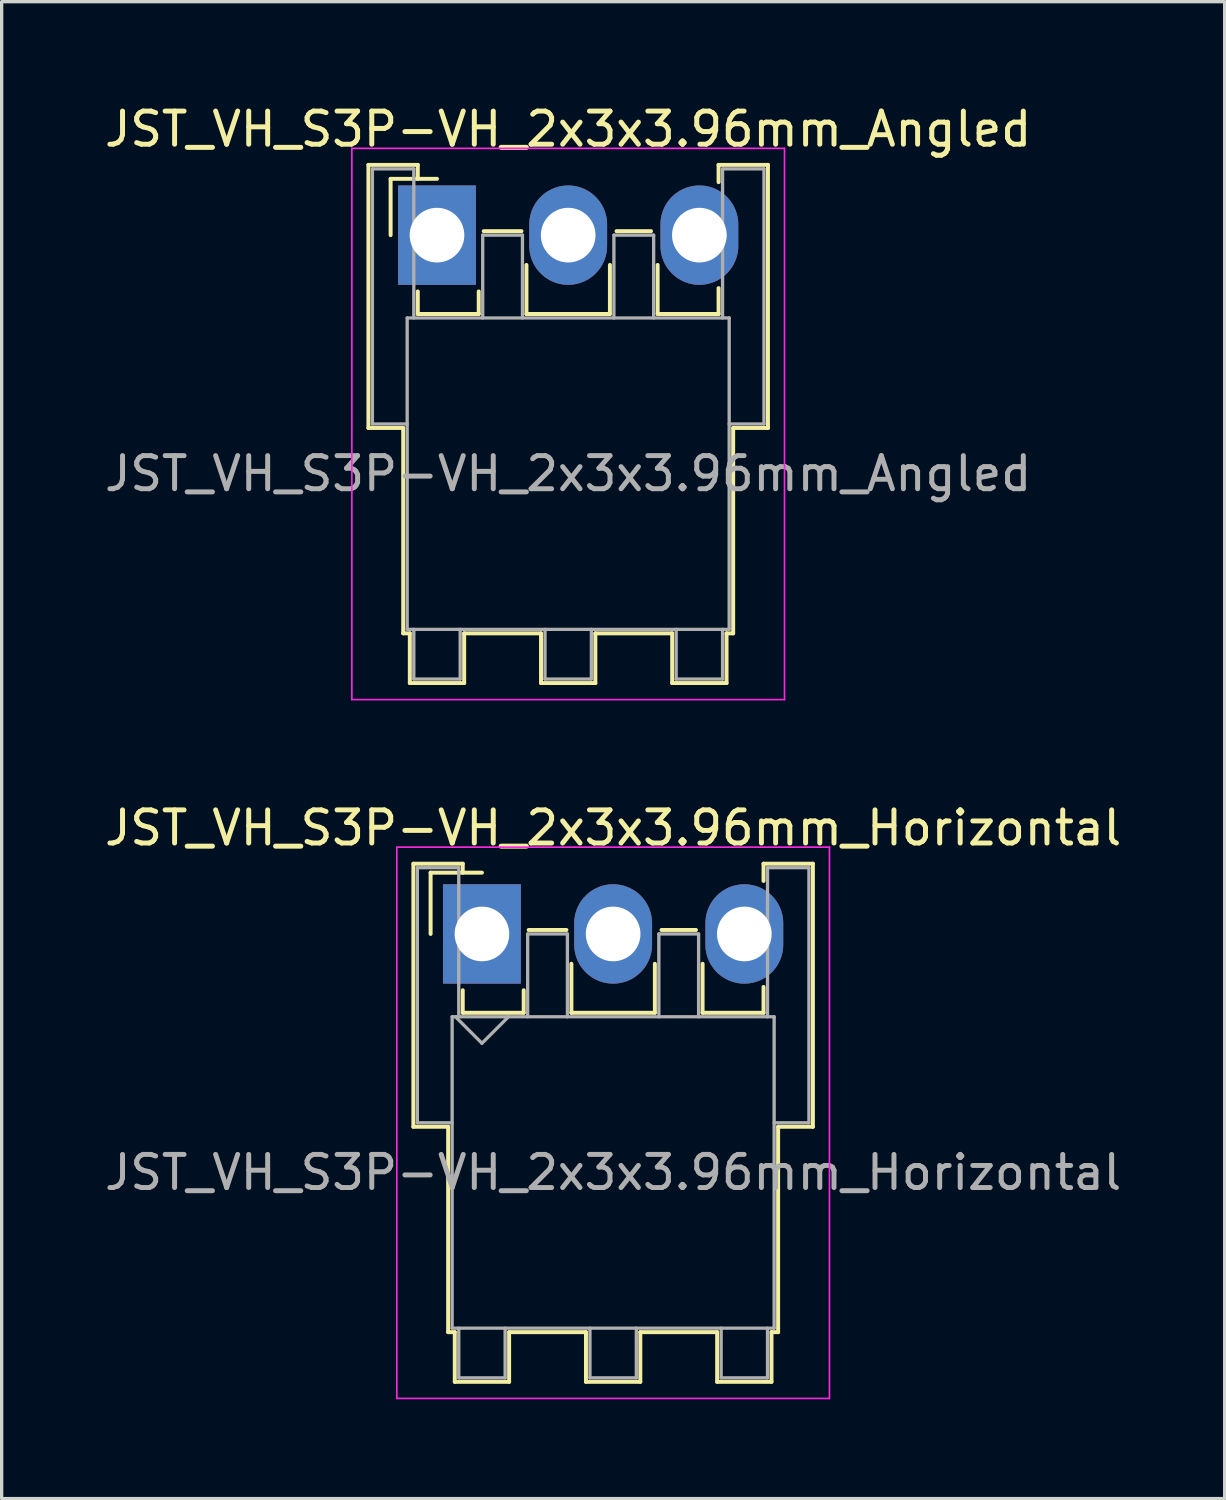
<source format=kicad_pcb>
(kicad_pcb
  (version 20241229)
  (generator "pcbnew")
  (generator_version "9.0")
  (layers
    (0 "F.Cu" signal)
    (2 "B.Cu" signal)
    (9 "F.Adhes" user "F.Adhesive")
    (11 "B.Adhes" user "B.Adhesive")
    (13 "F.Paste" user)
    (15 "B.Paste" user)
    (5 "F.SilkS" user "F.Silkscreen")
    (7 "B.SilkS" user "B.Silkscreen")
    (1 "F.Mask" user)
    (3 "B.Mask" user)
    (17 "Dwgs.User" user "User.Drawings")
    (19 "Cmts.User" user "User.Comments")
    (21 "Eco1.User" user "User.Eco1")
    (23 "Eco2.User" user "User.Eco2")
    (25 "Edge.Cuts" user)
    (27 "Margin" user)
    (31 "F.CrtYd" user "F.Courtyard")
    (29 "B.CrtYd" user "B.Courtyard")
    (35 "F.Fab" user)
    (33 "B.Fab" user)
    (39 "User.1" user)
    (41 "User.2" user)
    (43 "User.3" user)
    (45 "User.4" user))
  (footprint "JST_VH_S3P-VH_2x3x3.96mm_Horizontal"
    (layer "F.Cu")
    (at 11.498 25.142)
    (property "Reference" "JST_VH_S3P-VH_2x3x3.96mm_Horizontal" (at 3.96 -3.2 0) (layer "F.SilkS") (effects (font (size 1 1) (thickness 0.15))))
    (attr through_hole)
    (fp_line (start -2.07 -2.12) (end -0.58 -2.12) (stroke (width 0.12) (type solid)) (layer "F.SilkS"))
    (fp_line (start -2.07 5.82) (end -2.07 -2.12) (stroke (width 0.12) (type solid)) (layer "F.SilkS"))
    (fp_line (start -1.55 -1.85) (end -1.55 0) (stroke (width 0.12) (type solid)) (layer "F.SilkS"))
    (fp_line (start -1.02 5.82) (end -2.07 5.82) (stroke (width 0.12) (type solid)) (layer "F.SilkS"))
    (fp_line (start -1.02 5.82) (end -1.02 12.02) (stroke (width 0.12) (type solid)) (layer "F.SilkS"))
    (fp_line (start -1.02 12.02) (end -0.82 12.02) (stroke (width 0.12) (type solid)) (layer "F.SilkS"))
    (fp_line (start -0.82 12.02) (end -0.82 13.52) (stroke (width 0.12) (type solid)) (layer "F.SilkS"))
    (fp_line (start -0.82 13.52) (end 0.82 13.52) (stroke (width 0.12) (type solid)) (layer "F.SilkS"))
    (fp_line (start -0.58 -2.12) (end -0.58 -1.85) (stroke (width 0.12) (type solid)) (layer "F.SilkS"))
    (fp_line (start -0.58 1.7) (end -0.58 2.38) (stroke (width 0.12) (type solid)) (layer "F.SilkS"))
    (fp_line (start -0.58 2.38) (end 1.26 2.38) (stroke (width 0.12) (type solid)) (layer "F.SilkS"))
    (fp_line (start 0 -1.85) (end -1.55 -1.85) (stroke (width 0.12) (type solid)) (layer "F.SilkS"))
    (fp_line (start 0.82 12.02) (end 3.14 12.02) (stroke (width 0.12) (type solid)) (layer "F.SilkS"))
    (fp_line (start 0.82 13.52) (end 0.82 12.02) (stroke (width 0.12) (type solid)) (layer "F.SilkS"))
    (fp_line (start 1.26 2.38) (end 1.26 1.7) (stroke (width 0.12) (type solid)) (layer "F.SilkS"))
    (fp_line (start 1.41 -0.12) (end 2.55 -0.12) (stroke (width 0.12) (type solid)) (layer "F.SilkS"))
    (fp_line (start 2.7 0.9) (end 2.7 2.38) (stroke (width 0.12) (type solid)) (layer "F.SilkS"))
    (fp_line (start 2.7 2.38) (end 5.22 2.38) (stroke (width 0.12) (type solid)) (layer "F.SilkS"))
    (fp_line (start 3.14 12.02) (end 3.14 13.52) (stroke (width 0.12) (type solid)) (layer "F.SilkS"))
    (fp_line (start 3.14 13.52) (end 4.78 13.52) (stroke (width 0.12) (type solid)) (layer "F.SilkS"))
    (fp_line (start 4.78 12.02) (end 7.1 12.02) (stroke (width 0.12) (type solid)) (layer "F.SilkS"))
    (fp_line (start 4.78 13.52) (end 4.78 12.02) (stroke (width 0.12) (type solid)) (layer "F.SilkS"))
    (fp_line (start 5.22 2.38) (end 5.22 0.9) (stroke (width 0.12) (type solid)) (layer "F.SilkS"))
    (fp_line (start 5.42 -0.12) (end 6.46 -0.12) (stroke (width 0.12) (type solid)) (layer "F.SilkS"))
    (fp_line (start 6.66 0.9) (end 6.66 2.38) (stroke (width 0.12) (type solid)) (layer "F.SilkS"))
    (fp_line (start 6.66 2.38) (end 8.5 2.38) (stroke (width 0.12) (type solid)) (layer "F.SilkS"))
    (fp_line (start 7.1 12.02) (end 7.1 13.52) (stroke (width 0.12) (type solid)) (layer "F.SilkS"))
    (fp_line (start 7.1 13.52) (end 8.74 13.52) (stroke (width 0.12) (type solid)) (layer "F.SilkS"))
    (fp_line (start 8.5 -2.12) (end 9.99 -2.12) (stroke (width 0.12) (type solid)) (layer "F.SilkS"))
    (fp_line (start 8.5 -1.6) (end 8.5 -2.12) (stroke (width 0.12) (type solid)) (layer "F.SilkS"))
    (fp_line (start 8.5 2.38) (end 8.5 1.6) (stroke (width 0.12) (type solid)) (layer "F.SilkS"))
    (fp_line (start 8.74 12.02) (end 8.94 12.02) (stroke (width 0.12) (type solid)) (layer "F.SilkS"))
    (fp_line (start 8.74 13.52) (end 8.74 12.02) (stroke (width 0.12) (type solid)) (layer "F.SilkS"))
    (fp_line (start 8.94 12.02) (end 8.94 5.82) (stroke (width 0.12) (type solid)) (layer "F.SilkS"))
    (fp_line (start 9.99 -2.12) (end 9.99 5.82) (stroke (width 0.12) (type solid)) (layer "F.SilkS"))
    (fp_line (start 9.99 5.82) (end 8.94 5.82) (stroke (width 0.12) (type solid)) (layer "F.SilkS"))
    (fp_line (start -2.57 -2.62) (end -2.57 14.02) (stroke (width 0.05) (type solid)) (layer "F.CrtYd"))
    (fp_line (start -2.57 14.02) (end 10.49 14.02) (stroke (width 0.05) (type solid)) (layer "F.CrtYd"))
    (fp_line (start 10.49 -2.62) (end -2.57 -2.62) (stroke (width 0.05) (type solid)) (layer "F.CrtYd"))
    (fp_line (start 10.49 14.02) (end 10.49 -2.62) (stroke (width 0.05) (type solid)) (layer "F.CrtYd"))
    (fp_line (start -1.95 -2) (end -0.7 -2) (stroke (width 0.1) (type solid)) (layer "F.Fab"))
    (fp_line (start -1.95 5.7) (end -1.95 -2) (stroke (width 0.1) (type solid)) (layer "F.Fab"))
    (fp_line (start -0.9 2.5) (end -0.9 11.9) (stroke (width 0.1) (type solid)) (layer "F.Fab"))
    (fp_line (start -0.9 5.7) (end -1.95 5.7) (stroke (width 0.1) (type solid)) (layer "F.Fab"))
    (fp_line (start -0.9 11.9) (end 8.82 11.9) (stroke (width 0.1) (type solid)) (layer "F.Fab"))
    (fp_line (start -0.8 2.5) (end 0 3.3) (stroke (width 0.1) (type solid)) (layer "F.Fab"))
    (fp_line (start -0.7 -2) (end -0.7 2.5) (stroke (width 0.1) (type solid)) (layer "F.Fab"))
    (fp_line (start -0.7 11.9) (end -0.7 13.4) (stroke (width 0.1) (type solid)) (layer "F.Fab"))
    (fp_line (start -0.7 13.4) (end 0.7 13.4) (stroke (width 0.1) (type solid)) (layer "F.Fab"))
    (fp_line (start 0 3.3) (end 0.8 2.5) (stroke (width 0.1) (type solid)) (layer "F.Fab"))
    (fp_line (start 0.7 13.4) (end 0.7 11.9) (stroke (width 0.1) (type solid)) (layer "F.Fab"))
    (fp_line (start 1.38 0) (end 2.58 0) (stroke (width 0.1) (type solid)) (layer "F.Fab"))
    (fp_line (start 1.38 2.5) (end 1.38 0) (stroke (width 0.1) (type solid)) (layer "F.Fab"))
    (fp_line (start 2.58 0) (end 2.58 2.5) (stroke (width 0.1) (type solid)) (layer "F.Fab"))
    (fp_line (start 3.26 11.9) (end 3.26 13.4) (stroke (width 0.1) (type solid)) (layer "F.Fab"))
    (fp_line (start 3.26 13.4) (end 4.66 13.4) (stroke (width 0.1) (type solid)) (layer "F.Fab"))
    (fp_line (start 4.66 13.4) (end 4.66 11.9) (stroke (width 0.1) (type solid)) (layer "F.Fab"))
    (fp_line (start 5.34 0) (end 6.54 0) (stroke (width 0.1) (type solid)) (layer "F.Fab"))
    (fp_line (start 5.34 2.5) (end 5.34 0) (stroke (width 0.1) (type solid)) (layer "F.Fab"))
    (fp_line (start 6.54 0) (end 6.54 2.5) (stroke (width 0.1) (type solid)) (layer "F.Fab"))
    (fp_line (start 7.22 11.9) (end 7.22 13.4) (stroke (width 0.1) (type solid)) (layer "F.Fab"))
    (fp_line (start 7.22 13.4) (end 8.62 13.4) (stroke (width 0.1) (type solid)) (layer "F.Fab"))
    (fp_line (start 8.62 -2) (end 9.87 -2) (stroke (width 0.1) (type solid)) (layer "F.Fab"))
    (fp_line (start 8.62 2.5) (end 8.62 -2) (stroke (width 0.1) (type solid)) (layer "F.Fab"))
    (fp_line (start 8.62 13.4) (end 8.62 11.9) (stroke (width 0.1) (type solid)) (layer "F.Fab"))
    (fp_line (start 8.82 2.5) (end -0.9 2.5) (stroke (width 0.1) (type solid)) (layer "F.Fab"))
    (fp_line (start 8.82 11.9) (end 8.82 2.5) (stroke (width 0.1) (type solid)) (layer "F.Fab"))
    (fp_line (start 9.87 -2) (end 9.87 5.7) (stroke (width 0.1) (type solid)) (layer "F.Fab"))
    (fp_line (start 9.87 5.7) (end 8.82 5.7) (stroke (width 0.1) (type solid)) (layer "F.Fab"))
    (fp_text user "${REFERENCE}" (at 3.96 7.2 0) (layer "F.Fab") (effects (font (size 1 1) (thickness 0.15))))
    (pad "1" thru_hole rect (at 0 0) (size 2.35 3) (drill 1.65) (layers "*.Cu" "*.Mask"))
    (pad "2" thru_hole oval (at 3.96 0) (size 2.35 3) (drill 1.65) (layers "*.Cu" "*.Mask"))
    (pad "3" thru_hole oval (at 7.92 0) (size 2.35 3) (drill 1.65) (layers "*.Cu" "*.Mask")))
  (footprint "JST_VH_S3P-VH_2x3x3.96mm_Angled"
    (layer "F.Cu")
    (at 10.141 4.048)
    (property "Reference" "JST_VH_S3P-VH_2x3x3.96mm_Angled" (at 3.96 -3.2 0) (layer "F.SilkS") (effects (font (size 1 1) (thickness 0.15))))
    (attr through_hole)
    (fp_line (start -2.07 -2.12) (end -0.58 -2.12) (stroke (width 0.12) (type solid)) (layer "F.SilkS"))
    (fp_line (start -2.07 5.82) (end -2.07 -2.12) (stroke (width 0.12) (type solid)) (layer "F.SilkS"))
    (fp_line (start -1.4 -1.7) (end -1.4 0) (stroke (width 0.12) (type solid)) (layer "F.SilkS"))
    (fp_line (start -1.02 5.82) (end -2.07 5.82) (stroke (width 0.12) (type solid)) (layer "F.SilkS"))
    (fp_line (start -1.02 5.82) (end -1.02 12.02) (stroke (width 0.12) (type solid)) (layer "F.SilkS"))
    (fp_line (start -1.02 12.02) (end -0.82 12.02) (stroke (width 0.12) (type solid)) (layer "F.SilkS"))
    (fp_line (start -0.82 12.02) (end -0.82 13.52) (stroke (width 0.12) (type solid)) (layer "F.SilkS"))
    (fp_line (start -0.82 13.52) (end 0.82 13.52) (stroke (width 0.12) (type solid)) (layer "F.SilkS"))
    (fp_line (start -0.58 -2.12) (end -0.58 -1.7) (stroke (width 0.12) (type solid)) (layer "F.SilkS"))
    (fp_line (start -0.58 1.7) (end -0.58 2.38) (stroke (width 0.12) (type solid)) (layer "F.SilkS"))
    (fp_line (start -0.58 2.38) (end 1.26 2.38) (stroke (width 0.12) (type solid)) (layer "F.SilkS"))
    (fp_line (start 0 -1.7) (end -1.4 -1.7) (stroke (width 0.12) (type solid)) (layer "F.SilkS"))
    (fp_line (start 0.82 12.02) (end 3.14 12.02) (stroke (width 0.12) (type solid)) (layer "F.SilkS"))
    (fp_line (start 0.82 13.52) (end 0.82 12.02) (stroke (width 0.12) (type solid)) (layer "F.SilkS"))
    (fp_line (start 1.26 2.38) (end 1.26 1.7) (stroke (width 0.12) (type solid)) (layer "F.SilkS"))
    (fp_line (start 1.41 -0.12) (end 2.55 -0.12) (stroke (width 0.12) (type solid)) (layer "F.SilkS"))
    (fp_line (start 2.7 0.9) (end 2.7 2.38) (stroke (width 0.12) (type solid)) (layer "F.SilkS"))
    (fp_line (start 2.7 2.38) (end 5.22 2.38) (stroke (width 0.12) (type solid)) (layer "F.SilkS"))
    (fp_line (start 3.14 12.02) (end 3.14 13.52) (stroke (width 0.12) (type solid)) (layer "F.SilkS"))
    (fp_line (start 3.14 13.52) (end 4.78 13.52) (stroke (width 0.12) (type solid)) (layer "F.SilkS"))
    (fp_line (start 4.78 12.02) (end 7.1 12.02) (stroke (width 0.12) (type solid)) (layer "F.SilkS"))
    (fp_line (start 4.78 13.52) (end 4.78 12.02) (stroke (width 0.12) (type solid)) (layer "F.SilkS"))
    (fp_line (start 5.22 2.38) (end 5.22 0.9) (stroke (width 0.12) (type solid)) (layer "F.SilkS"))
    (fp_line (start 5.42 -0.12) (end 6.46 -0.12) (stroke (width 0.12) (type solid)) (layer "F.SilkS"))
    (fp_line (start 6.66 0.9) (end 6.66 2.38) (stroke (width 0.12) (type solid)) (layer "F.SilkS"))
    (fp_line (start 6.66 2.38) (end 8.5 2.38) (stroke (width 0.12) (type solid)) (layer "F.SilkS"))
    (fp_line (start 7.1 12.02) (end 7.1 13.52) (stroke (width 0.12) (type solid)) (layer "F.SilkS"))
    (fp_line (start 7.1 13.52) (end 8.74 13.52) (stroke (width 0.12) (type solid)) (layer "F.SilkS"))
    (fp_line (start 8.5 -2.12) (end 9.99 -2.12) (stroke (width 0.12) (type solid)) (layer "F.SilkS"))
    (fp_line (start 8.5 -1.6) (end 8.5 -2.12) (stroke (width 0.12) (type solid)) (layer "F.SilkS"))
    (fp_line (start 8.5 2.38) (end 8.5 1.6) (stroke (width 0.12) (type solid)) (layer "F.SilkS"))
    (fp_line (start 8.74 12.02) (end 8.94 12.02) (stroke (width 0.12) (type solid)) (layer "F.SilkS"))
    (fp_line (start 8.74 13.52) (end 8.74 12.02) (stroke (width 0.12) (type solid)) (layer "F.SilkS"))
    (fp_line (start 8.94 12.02) (end 8.94 5.82) (stroke (width 0.12) (type solid)) (layer "F.SilkS"))
    (fp_line (start 9.99 -2.12) (end 9.99 5.82) (stroke (width 0.12) (type solid)) (layer "F.SilkS"))
    (fp_line (start 9.99 5.82) (end 8.94 5.82) (stroke (width 0.12) (type solid)) (layer "F.SilkS"))
    (fp_line (start -2.57 -2.62) (end -2.57 14.02) (stroke (width 0.05) (type solid)) (layer "F.CrtYd"))
    (fp_line (start -2.57 14.02) (end 10.49 14.02) (stroke (width 0.05) (type solid)) (layer "F.CrtYd"))
    (fp_line (start 10.49 -2.62) (end -2.57 -2.62) (stroke (width 0.05) (type solid)) (layer "F.CrtYd"))
    (fp_line (start 10.49 14.02) (end 10.49 -2.62) (stroke (width 0.05) (type solid)) (layer "F.CrtYd"))
    (fp_line (start -1.95 -2) (end -0.7 -2) (stroke (width 0.1) (type solid)) (layer "F.Fab"))
    (fp_line (start -1.95 5.7) (end -1.95 -2) (stroke (width 0.1) (type solid)) (layer "F.Fab"))
    (fp_line (start -0.9 2.5) (end -0.9 11.9) (stroke (width 0.1) (type solid)) (layer "F.Fab"))
    (fp_line (start -0.9 5.7) (end -1.95 5.7) (stroke (width 0.1) (type solid)) (layer "F.Fab"))
    (fp_line (start -0.9 11.9) (end 8.82 11.9) (stroke (width 0.1) (type solid)) (layer "F.Fab"))
    (fp_line (start -0.7 -2) (end -0.7 2.5) (stroke (width 0.1) (type solid)) (layer "F.Fab"))
    (fp_line (start -0.7 11.9) (end -0.7 13.4) (stroke (width 0.1) (type solid)) (layer "F.Fab"))
    (fp_line (start -0.7 13.4) (end 0.7 13.4) (stroke (width 0.1) (type solid)) (layer "F.Fab"))
    (fp_line (start 0.7 13.4) (end 0.7 11.9) (stroke (width 0.1) (type solid)) (layer "F.Fab"))
    (fp_line (start 1.38 0) (end 2.58 0) (stroke (width 0.1) (type solid)) (layer "F.Fab"))
    (fp_line (start 1.38 2.5) (end 1.38 0) (stroke (width 0.1) (type solid)) (layer "F.Fab"))
    (fp_line (start 2.58 0) (end 2.58 2.5) (stroke (width 0.1) (type solid)) (layer "F.Fab"))
    (fp_line (start 3.26 11.9) (end 3.26 13.4) (stroke (width 0.1) (type solid)) (layer "F.Fab"))
    (fp_line (start 3.26 13.4) (end 4.66 13.4) (stroke (width 0.1) (type solid)) (layer "F.Fab"))
    (fp_line (start 4.66 13.4) (end 4.66 11.9) (stroke (width 0.1) (type solid)) (layer "F.Fab"))
    (fp_line (start 5.34 0) (end 6.54 0) (stroke (width 0.1) (type solid)) (layer "F.Fab"))
    (fp_line (start 5.34 2.5) (end 5.34 0) (stroke (width 0.1) (type solid)) (layer "F.Fab"))
    (fp_line (start 6.54 0) (end 6.54 2.5) (stroke (width 0.1) (type solid)) (layer "F.Fab"))
    (fp_line (start 7.22 11.9) (end 7.22 13.4) (stroke (width 0.1) (type solid)) (layer "F.Fab"))
    (fp_line (start 7.22 13.4) (end 8.62 13.4) (stroke (width 0.1) (type solid)) (layer "F.Fab"))
    (fp_line (start 8.62 -2) (end 9.87 -2) (stroke (width 0.1) (type solid)) (layer "F.Fab"))
    (fp_line (start 8.62 2.5) (end 8.62 -2) (stroke (width 0.1) (type solid)) (layer "F.Fab"))
    (fp_line (start 8.62 13.4) (end 8.62 11.9) (stroke (width 0.1) (type solid)) (layer "F.Fab"))
    (fp_line (start 8.82 2.5) (end -0.9 2.5) (stroke (width 0.1) (type solid)) (layer "F.Fab"))
    (fp_line (start 8.82 11.9) (end 8.82 2.5) (stroke (width 0.1) (type solid)) (layer "F.Fab"))
    (fp_line (start 9.87 -2) (end 9.87 5.7) (stroke (width 0.1) (type solid)) (layer "F.Fab"))
    (fp_line (start 9.87 5.7) (end 8.82 5.7) (stroke (width 0.1) (type solid)) (layer "F.Fab"))
    (fp_text user "${REFERENCE}" (at 3.96 7.2 0) (layer "F.Fab") (effects (font (size 1 1) (thickness 0.15))))
    (pad "1" thru_hole rect (at 0 0) (size 2.35 3) (drill 1.65) (layers "*.Cu" "*.Mask"))
    (pad "2" thru_hole oval (at 3.96 0) (size 2.35 3) (drill 1.65) (layers "*.Cu" "*.Mask"))
    (pad "3" thru_hole oval (at 7.92 0) (size 2.35 3) (drill 1.65) (layers "*.Cu" "*.Mask")))
  (gr_rect
    (start -3 -3)
    (end 33.917 42.187)
    (stroke (width 0.1) (type default))
    (fill no)
    (layer "Edge.Cuts")))
</source>
